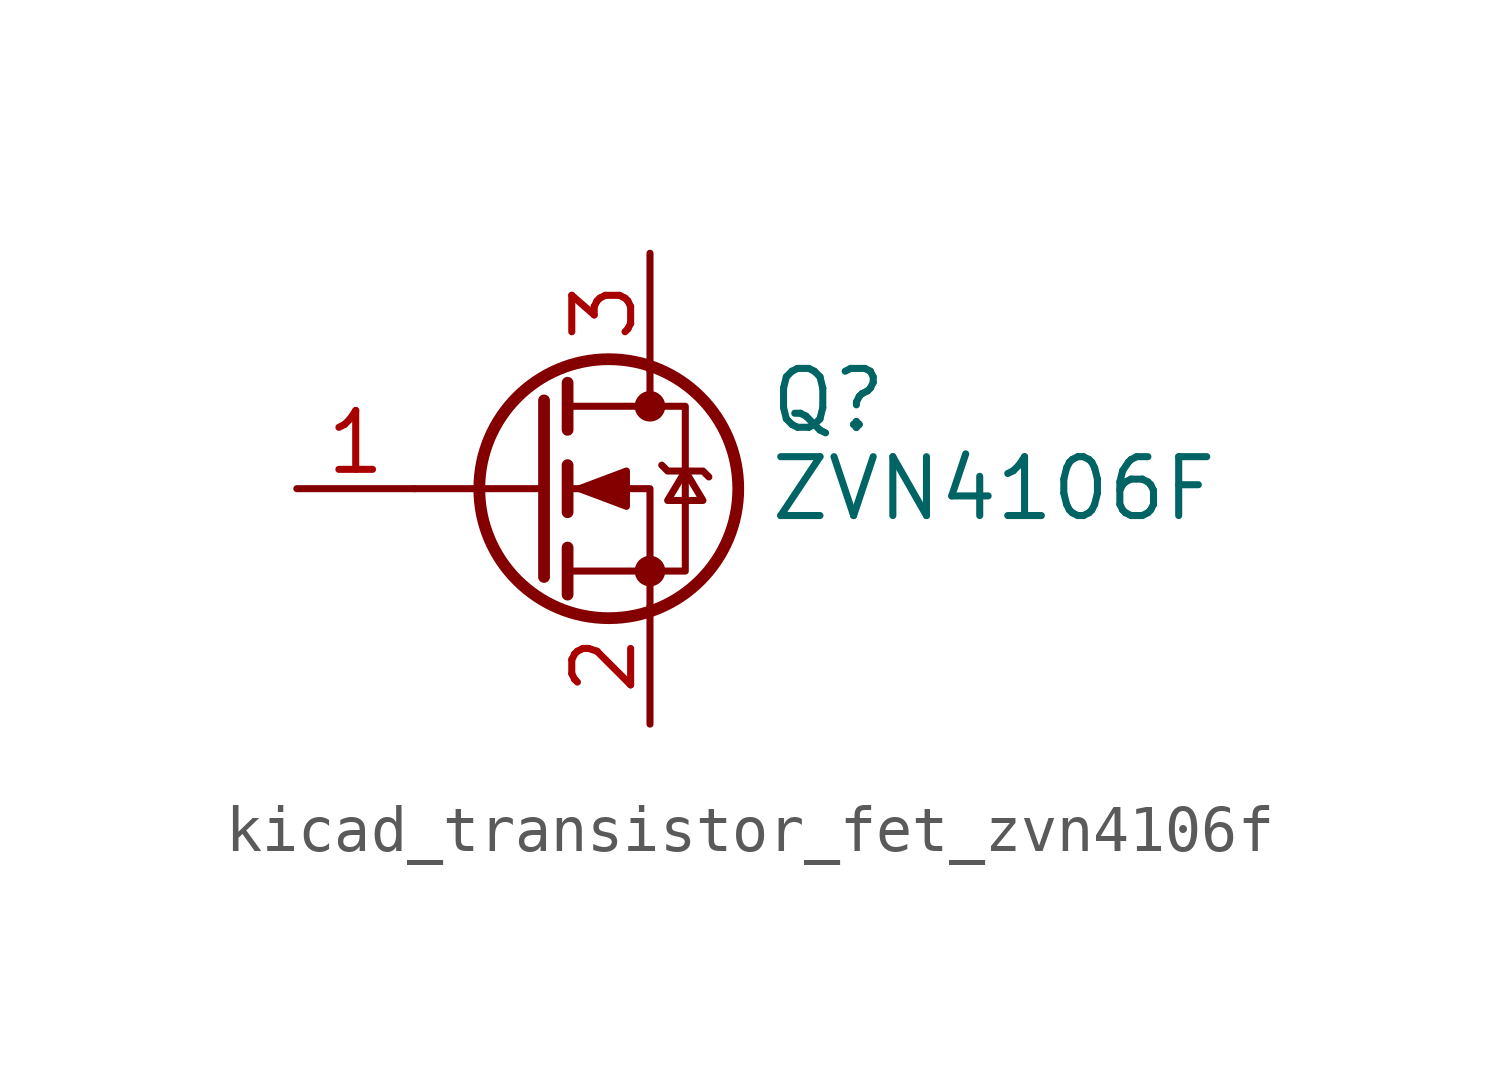
<source format=kicad_sym>
(kicad_symbol_lib
  (version 20220914)
  (generator kicad_symbol_editor)
  (symbol "kicad_transistor_fet_zvn4106f"
    (pin_names hide)
    (property "Reference" "Q"
      (at 5.08 1.905 0)
      (effects (font (size 1.27 1.27)) (justify left)))
    (property "Value" "ZVN4106F"
      (at 5.08 0 0)
      (effects (font (size 1.27 1.27)) (justify left)))
    (symbol "kicad_transistor_fet_zvn4106f_0_1"
      (polyline (pts (xy 0.254 0) (xy -2.54 0)) (stroke (width 0) (type default)) (fill (type none)))
      (polyline (pts (xy 0.254 1.905) (xy 0.254 -1.905)) (stroke (width 0.254) (type default)) (fill (type none)))
      (polyline (pts (xy 0.762 -1.27) (xy 0.762 -2.286)) (stroke (width 0.254) (type default)) (fill (type none)))
      (polyline (pts (xy 0.762 0.508) (xy 0.762 -0.508)) (stroke (width 0.254) (type default)) (fill (type none)))
      (polyline (pts (xy 0.762 2.286) (xy 0.762 1.27)) (stroke (width 0.254) (type default)) (fill (type none)))
      (polyline (pts (xy 2.54 2.54) (xy 2.54 1.778)) (stroke (width 0) (type default)) (fill (type none)))
      (polyline (pts (xy 2.54 -2.54) (xy 2.54 0) (xy 0.762 0)) (stroke (width 0) (type default)) (fill (type none)))
      (polyline (pts (xy 0.762 -1.778) (xy 3.302 -1.778) (xy 3.302 1.778) (xy 0.762 1.778)) (stroke (width 0) (type default)) (fill (type none)))
      (polyline (pts (xy 1.016 0) (xy 2.032 0.381) (xy 2.032 -0.381) (xy 1.016 0)) (stroke (width 0) (type default)) (fill (type outline)))
      (polyline (pts (xy 2.794 0.508) (xy 2.921 0.381) (xy 3.683 0.381) (xy 3.81 0.254)) (stroke (width 0) (type default)) (fill (type none)))
      (polyline (pts (xy 3.302 0.381) (xy 2.921 -0.254) (xy 3.683 -0.254) (xy 3.302 0.381)) (stroke (width 0) (type default)) (fill (type none)))
      (circle (center 1.651 0) (radius 2.794) (stroke (width 0.254) (type default)) (fill (type none)))
      (circle (center 2.54 -1.778) (radius 0.254) (stroke (width 0) (type default)) (fill (type outline)))
      (circle (center 2.54 1.778) (radius 0.254) (stroke (width 0) (type default)) (fill (type outline))))
    (symbol "kicad_transistor_fet_zvn4106f_1_1"
      (pin input line (at -5.08 0 0) (length 2.54) (name "G" (effects (font (size 1.27 1.27)))) (number "1" (effects (font (size 1.27 1.27)))))
      (pin passive line (at 2.54 -5.08 90) (length 2.54) (name "S" (effects (font (size 1.27 1.27)))) (number "2" (effects (font (size 1.27 1.27)))))
      (pin passive line (at 2.54 5.08 270) (length 2.54) (name "D" (effects (font (size 1.27 1.27)))) (number "3" (effects (font (size 1.27 1.27))))))))
</source>
